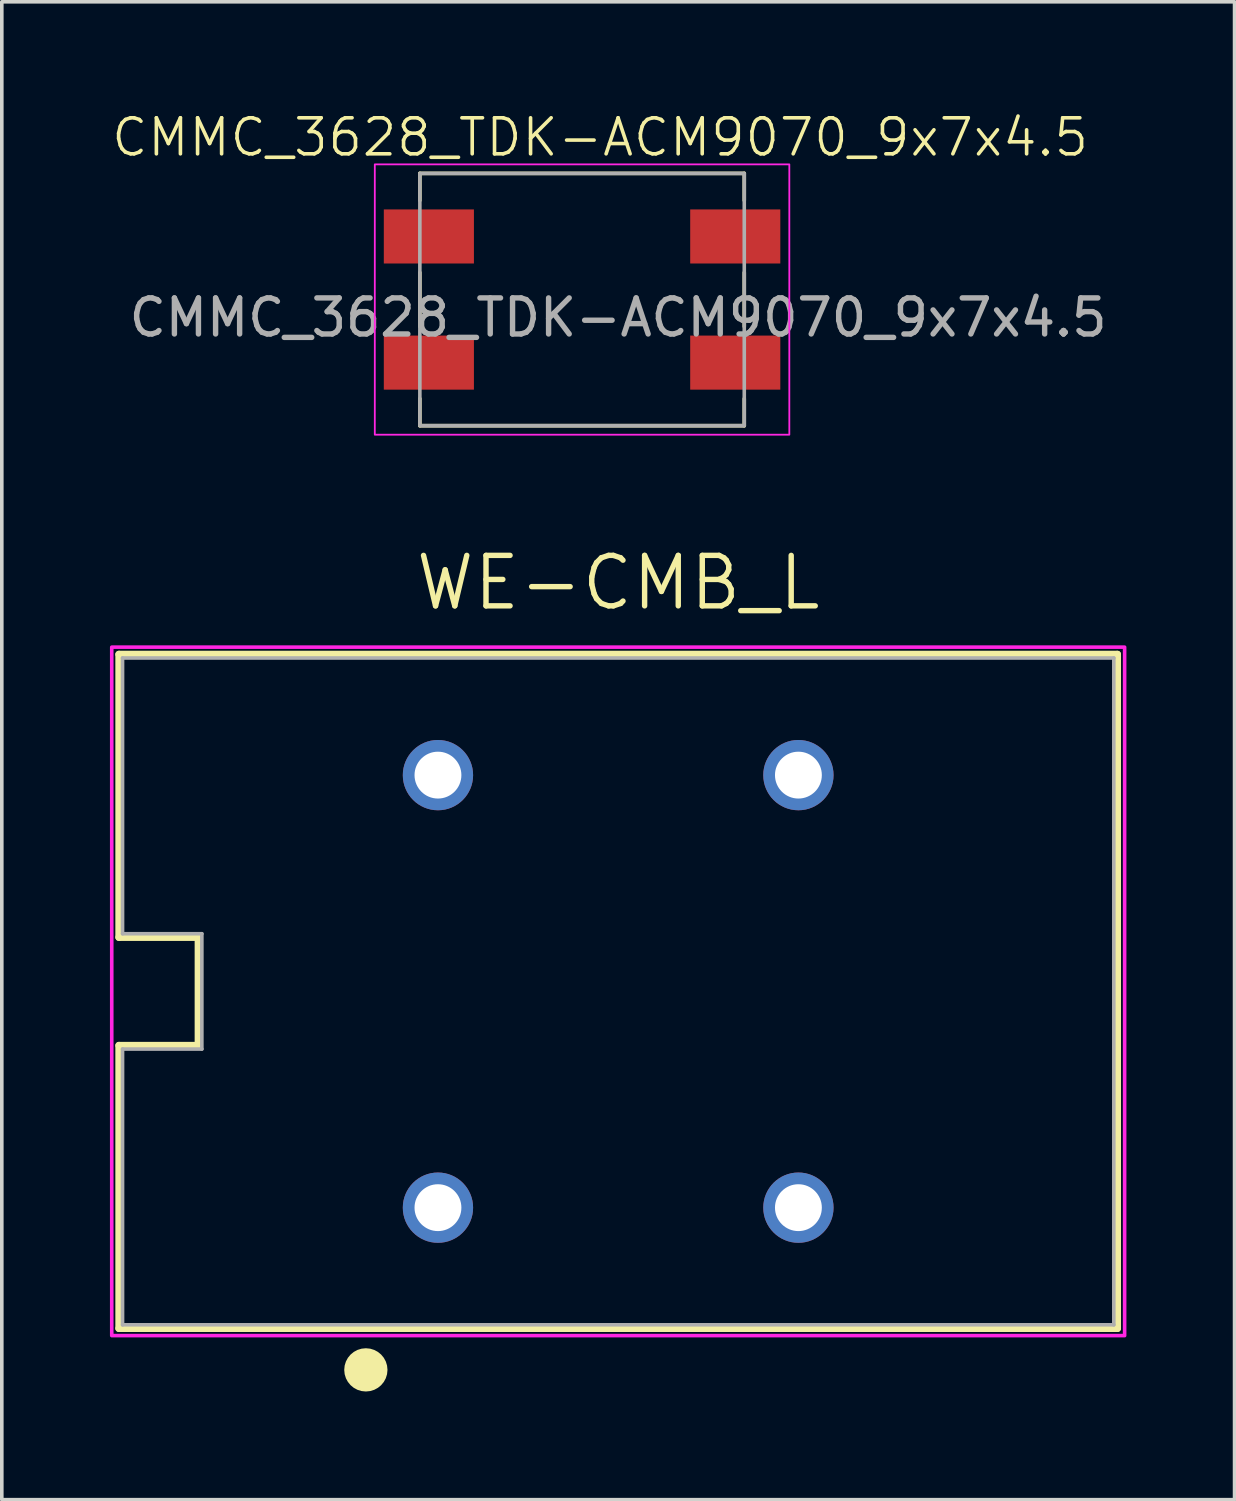
<source format=kicad_pcb>
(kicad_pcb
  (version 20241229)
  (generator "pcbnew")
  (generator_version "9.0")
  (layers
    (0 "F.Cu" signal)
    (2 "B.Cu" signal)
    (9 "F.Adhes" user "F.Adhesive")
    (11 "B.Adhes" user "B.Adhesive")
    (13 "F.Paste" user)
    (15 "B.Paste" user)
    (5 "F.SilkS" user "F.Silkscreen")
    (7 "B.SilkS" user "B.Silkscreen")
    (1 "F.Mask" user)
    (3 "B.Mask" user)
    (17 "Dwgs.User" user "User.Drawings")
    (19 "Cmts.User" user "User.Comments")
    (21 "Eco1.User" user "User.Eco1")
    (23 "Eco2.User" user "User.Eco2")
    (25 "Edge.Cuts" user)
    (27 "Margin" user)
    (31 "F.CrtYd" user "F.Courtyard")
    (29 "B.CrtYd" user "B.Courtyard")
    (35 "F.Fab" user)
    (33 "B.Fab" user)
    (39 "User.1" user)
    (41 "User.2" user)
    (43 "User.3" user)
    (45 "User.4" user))
  (footprint "WE-CMB_L"
    (layer "F.Cu")
    (at 14.1 24.454)
    (property "Reference" "WE-CMB_L" (at 0 -11.336 0) (layer "F.SilkS") (effects (font (size 1.4 1.4) (thickness 0.15))))
    (attr through_hole)
    (fp_line (start -13.85 -9.35) (end 13.85 -9.35) (stroke (width 0.2) (type solid)) (layer "F.SilkS"))
    (fp_line (start -13.85 -1.5) (end -13.85 -9.35) (stroke (width 0.2) (type solid)) (layer "F.SilkS"))
    (fp_line (start -13.85 1.5) (end -11.65 1.5) (stroke (width 0.2) (type solid)) (layer "F.SilkS"))
    (fp_line (start -13.85 9.35) (end -13.85 1.5) (stroke (width 0.2) (type solid)) (layer "F.SilkS"))
    (fp_line (start -11.65 -1.5) (end -13.85 -1.5) (stroke (width 0.2) (type solid)) (layer "F.SilkS"))
    (fp_line (start -11.65 1.5) (end -11.65 -1.5) (stroke (width 0.2) (type solid)) (layer "F.SilkS"))
    (fp_line (start 13.85 -9.35) (end 13.85 9.35) (stroke (width 0.2) (type solid)) (layer "F.SilkS"))
    (fp_line (start 13.85 9.35) (end -13.85 9.35) (stroke (width 0.2) (type solid)) (layer "F.SilkS"))
    (fp_circle (center -7 10.5) (end -6.7 10.5) (stroke (width 0.6) (type solid)) (fill no) (layer "F.SilkS"))
    (fp_poly (pts (xy 14.05 9.55) (xy -14.05 9.55) (xy -14.05 -9.55) (xy 14.05 -9.55)) (stroke (width 0.1) (type solid)) (fill no) (layer "F.CrtYd"))
    (fp_line (start -13.75 -9.25) (end -13.75 -1.6) (stroke (width 0.1) (type solid)) (layer "F.Fab"))
    (fp_line (start -13.75 1.6) (end -13.75 9.25) (stroke (width 0.1) (type solid)) (layer "F.Fab"))
    (fp_line (start -13.75 1.6) (end -11.55 1.6) (stroke (width 0.1) (type solid)) (layer "F.Fab"))
    (fp_line (start -13.75 9.25) (end 13.75 9.25) (stroke (width 0.1) (type solid)) (layer "F.Fab"))
    (fp_line (start -11.55 -1.6) (end -13.75 -1.6) (stroke (width 0.1) (type solid)) (layer "F.Fab"))
    (fp_line (start -11.55 1.6) (end -11.55 -1.6) (stroke (width 0.1) (type solid)) (layer "F.Fab"))
    (fp_line (start 13.75 -9.25) (end -13.75 -9.25) (stroke (width 0.1) (type solid)) (layer "F.Fab"))
    (fp_line (start 13.75 9.25) (end 13.75 -9.25) (stroke (width 0.1) (type solid)) (layer "F.Fab"))
    (pad "1" thru_hole circle (at -5 6) (size 1.95 1.95) (drill 1.3) (layers "*.Cu" "*.Mask"))
    (pad "2" thru_hole circle (at 5 6) (size 1.95 1.95) (drill 1.3) (layers "*.Cu" "*.Mask"))
    (pad "3" thru_hole circle (at 5 -6) (size 1.95 1.95) (drill 1.3) (layers "*.Cu" "*.Mask"))
    (pad "4" thru_hole circle (at -5 -6) (size 1.95 1.95) (drill 1.3) (layers "*.Cu" "*.Mask")))
  (footprint "CMMC_3628_TDK-ACM9070_9x7x4.5"
    (layer "F.Cu")
    (at 8.848 3.51)
    (property "Reference" "CMMC_3628_TDK-ACM9070_9x7x4.5" (at 4.75 -2.75 0) (unlocked yes) (layer "F.SilkS") (effects (font (size 1 1) (thickness 0.1))))
    (attr through_hole)
    (fp_line (start -0.25 -1.75) (end -0.25 -1) (stroke (width 0.1) (type default)) (layer "F.SilkS"))
    (fp_line (start -0.25 -1.75) (end 8.75 -1.75) (stroke (width 0.1) (type default)) (layer "F.SilkS"))
    (fp_line (start -0.25 1) (end -0.25 2.5) (stroke (width 0.1) (type default)) (layer "F.SilkS"))
    (fp_line (start -0.25 4.5) (end -0.25 5.25) (stroke (width 0.1) (type default)) (layer "F.SilkS"))
    (fp_line (start -0.25 5.25) (end 8.75 5.25) (stroke (width 0.1) (type default)) (layer "F.SilkS"))
    (fp_line (start 8.75 -1) (end 8.75 -1.75) (stroke (width 0.1) (type default)) (layer "F.SilkS"))
    (fp_line (start 8.75 2.5) (end 8.75 1) (stroke (width 0.1) (type default)) (layer "F.SilkS"))
    (fp_line (start 8.75 5.25) (end 8.75 4.5) (stroke (width 0.1) (type default)) (layer "F.SilkS"))
    (fp_rect (start -1.5 -2) (end 10 5.5) (stroke (width 0.05) (type default)) (fill no) (layer "F.CrtYd"))
    (fp_rect (start -0.25 -1.75) (end 8.75 5.25) (stroke (width 0.1) (type solid)) (fill no) (layer "F.Fab"))
    (fp_text user "${REFERENCE}" (at 5.25 2.25 0) (unlocked yes) (layer "F.Fab") (effects (font (size 1 1) (thickness 0.15))))
    (pad "1" smd rect (at 0 0) (size 2.5 1.5) (layers "F.Cu" "F.Mask" "F.Paste"))
    (pad "2" smd rect (at 0 3.5) (size 2.5 1.5) (layers "F.Cu" "F.Mask" "F.Paste"))
    (pad "3" smd rect (at 8.5 3.5) (size 2.5 1.5) (layers "F.Cu" "F.Mask" "F.Paste"))
    (pad "4" smd rect (at 8.5 0) (size 2.5 1.5) (layers "F.Cu" "F.Mask" "F.Paste")))
  (gr_rect
    (start -3 -3)
    (end 31.2 38.554)
    (stroke (width 0.1) (type default))
    (fill no)
    (layer "Edge.Cuts")))
</source>
